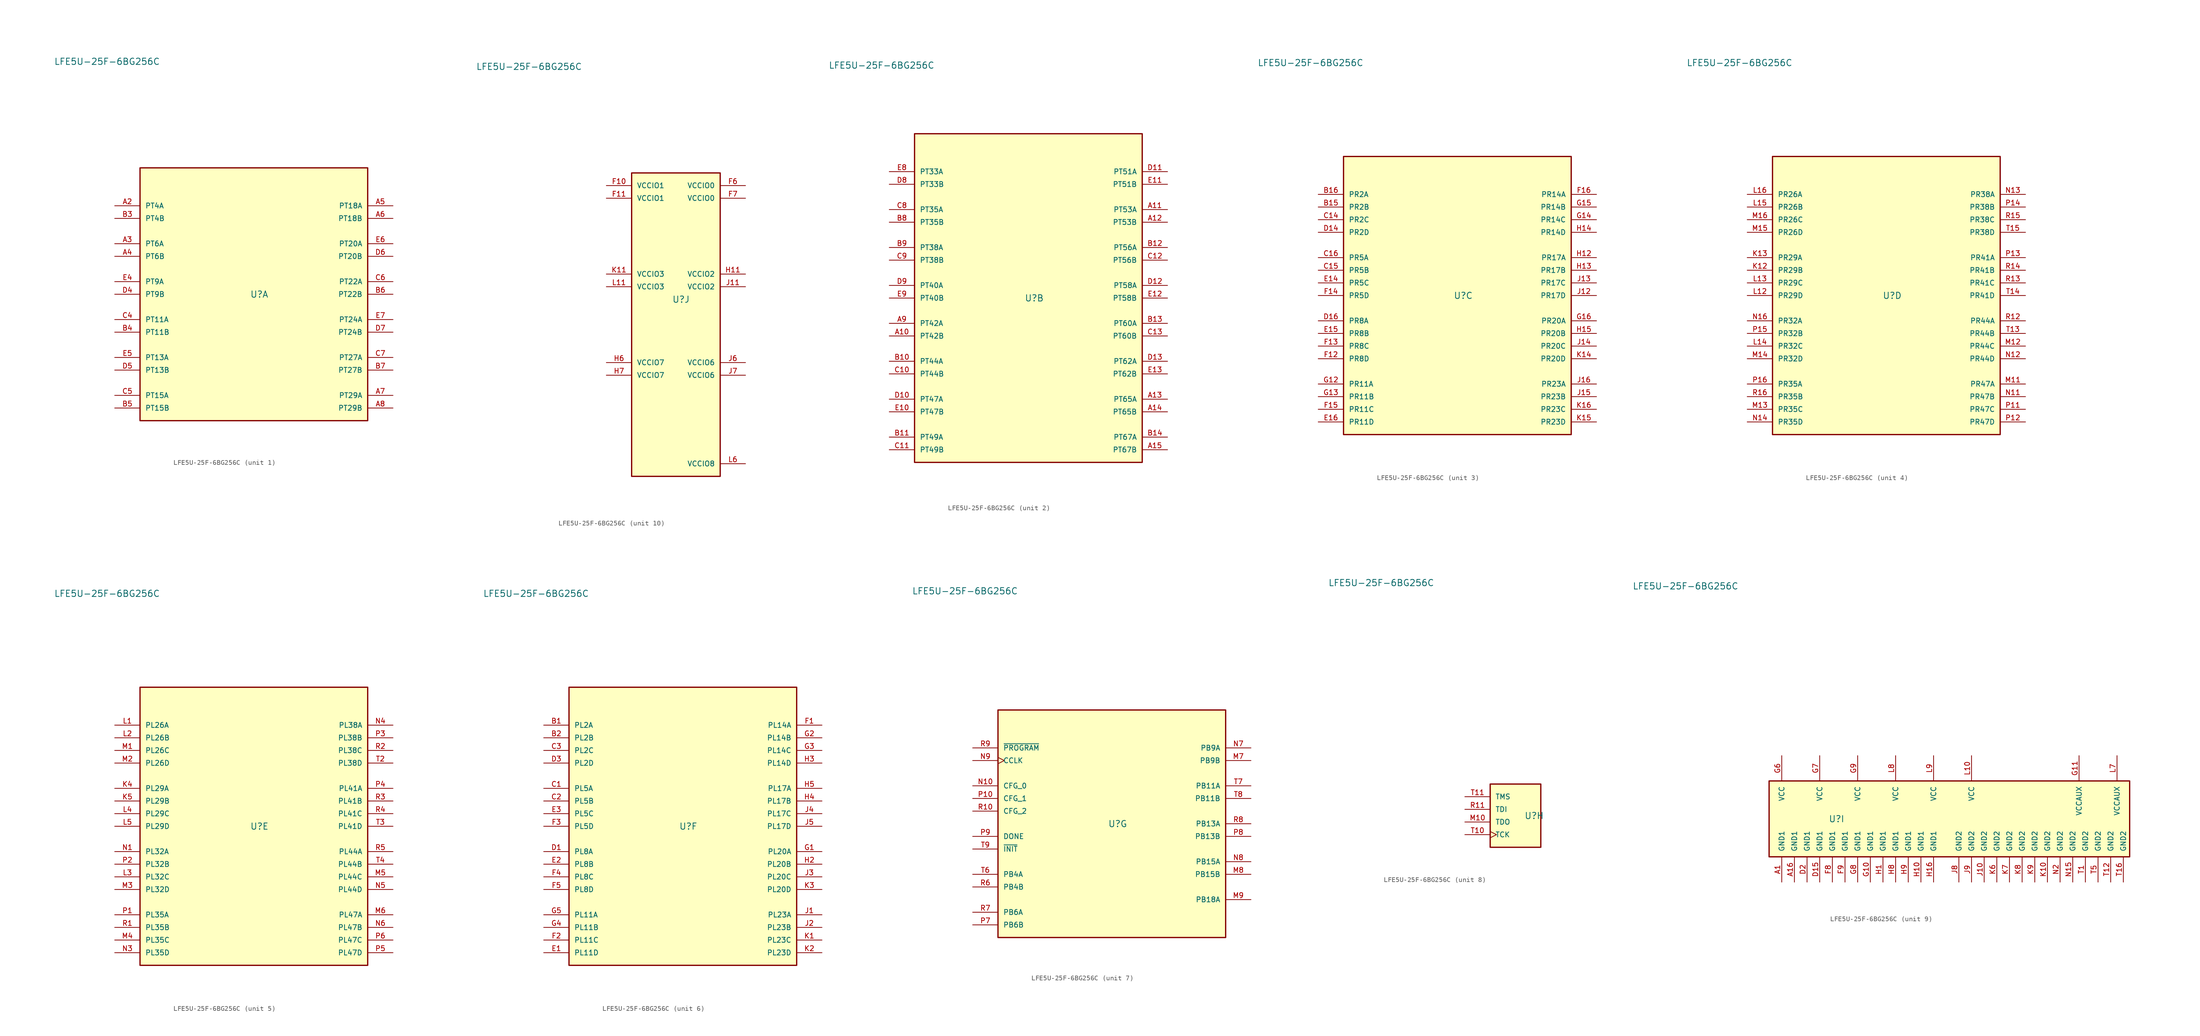
<source format=kicad_sym>
(kicad_symbol_lib
  (version 20241209)
  (generator "kicad_symbol_editor")
  (generator_version "9.0")
  (symbol "LFE5U-25F-6BG256C"
    (pin_names
      (offset 1.016))
    (property "Reference" "U"
      (at -0.762 -0.762 0)
      (effects (font (size 1.27 1.27)) (justify left bottom)))
    (property "Value" "LFE5U-25F-6BG256C"
      (at -40.132 47.498 0)
      (effects (font (size 1.27 1.27)) (justify left top)))
    (property "ki_locked" ""
      (at 0 0 0)
      (effects (font (size 1.27 1.27))))
    (symbol "LFE5U-25F-6BG256C_1_0"
      (rectangle (start -22.86 -25.4) (end 22.86 25.4) (stroke (width 0.254) (type default)) (fill (type background)))
      (pin bidirectional line (at -27.94 17.78 0) (length 5.08) (name "PT4A" (effects (font (size 1.016 1.016)))) (number "A2" (effects (font (size 1.016 1.016)))))
      (pin bidirectional line (at -27.94 15.24 0) (length 5.08) (name "PT4B" (effects (font (size 1.016 1.016)))) (number "B3" (effects (font (size 1.016 1.016)))))
      (pin bidirectional line (at -27.94 10.16 0) (length 5.08) (name "PT6A" (effects (font (size 1.016 1.016)))) (number "A3" (effects (font (size 1.016 1.016)))))
      (pin bidirectional line (at -27.94 7.62 0) (length 5.08) (name "PT6B" (effects (font (size 1.016 1.016)))) (number "A4" (effects (font (size 1.016 1.016)))))
      (pin bidirectional line (at -27.94 2.54 0) (length 5.08) (name "PT9A" (effects (font (size 1.016 1.016)))) (number "E4" (effects (font (size 1.016 1.016)))))
      (pin bidirectional line (at -27.94 0 0) (length 5.08) (name "PT9B" (effects (font (size 1.016 1.016)))) (number "D4" (effects (font (size 1.016 1.016)))))
      (pin bidirectional line (at -27.94 -5.08 0) (length 5.08) (name "PT11A" (effects (font (size 1.016 1.016)))) (number "C4" (effects (font (size 1.016 1.016)))))
      (pin bidirectional line (at -27.94 -7.62 0) (length 5.08) (name "PT11B" (effects (font (size 1.016 1.016)))) (number "B4" (effects (font (size 1.016 1.016)))))
      (pin bidirectional line (at -27.94 -12.7 0) (length 5.08) (name "PT13A" (effects (font (size 1.016 1.016)))) (number "E5" (effects (font (size 1.016 1.016)))))
      (pin bidirectional line (at -27.94 -15.24 0) (length 5.08) (name "PT13B" (effects (font (size 1.016 1.016)))) (number "D5" (effects (font (size 1.016 1.016)))))
      (pin bidirectional line (at -27.94 -20.32 0) (length 5.08) (name "PT15A" (effects (font (size 1.016 1.016)))) (number "C5" (effects (font (size 1.016 1.016)))))
      (pin bidirectional line (at -27.94 -22.86 0) (length 5.08) (name "PT15B" (effects (font (size 1.016 1.016)))) (number "B5" (effects (font (size 1.016 1.016)))))
      (pin bidirectional line (at 27.94 17.78 180) (length 5.08) (name "PT18A" (effects (font (size 1.016 1.016)))) (number "A5" (effects (font (size 1.016 1.016)))))
      (pin bidirectional line (at 27.94 15.24 180) (length 5.08) (name "PT18B" (effects (font (size 1.016 1.016)))) (number "A6" (effects (font (size 1.016 1.016)))))
      (pin bidirectional line (at 27.94 10.16 180) (length 5.08) (name "PT20A" (effects (font (size 1.016 1.016)))) (number "E6" (effects (font (size 1.016 1.016)))))
      (pin bidirectional line (at 27.94 7.62 180) (length 5.08) (name "PT20B" (effects (font (size 1.016 1.016)))) (number "D6" (effects (font (size 1.016 1.016)))))
      (pin bidirectional line (at 27.94 2.54 180) (length 5.08) (name "PT22A" (effects (font (size 1.016 1.016)))) (number "C6" (effects (font (size 1.016 1.016)))))
      (pin bidirectional line (at 27.94 0 180) (length 5.08) (name "PT22B" (effects (font (size 1.016 1.016)))) (number "B6" (effects (font (size 1.016 1.016)))))
      (pin bidirectional line (at 27.94 -5.08 180) (length 5.08) (name "PT24A" (effects (font (size 1.016 1.016)))) (number "E7" (effects (font (size 1.016 1.016)))))
      (pin bidirectional line (at 27.94 -7.62 180) (length 5.08) (name "PT24B" (effects (font (size 1.016 1.016)))) (number "D7" (effects (font (size 1.016 1.016)))))
      (pin bidirectional line (at 27.94 -12.7 180) (length 5.08) (name "PT27A" (effects (font (size 1.016 1.016)))) (number "C7" (effects (font (size 1.016 1.016)))))
      (pin bidirectional line (at 27.94 -15.24 180) (length 5.08) (name "PT27B" (effects (font (size 1.016 1.016)))) (number "B7" (effects (font (size 1.016 1.016)))))
      (pin bidirectional line (at 27.94 -20.32 180) (length 5.08) (name "PT29A" (effects (font (size 1.016 1.016)))) (number "A7" (effects (font (size 1.016 1.016)))))
      (pin bidirectional line (at 27.94 -22.86 180) (length 5.08) (name "PT29B" (effects (font (size 1.016 1.016)))) (number "A8" (effects (font (size 1.016 1.016))))))
    (symbol "LFE5U-25F-6BG256C_2_0"
      (rectangle (start -22.86 -33.02) (end 22.86 33.02) (stroke (width 0.254) (type default)) (fill (type background)))
      (pin bidirectional line (at -27.94 25.4 0) (length 5.08) (name "PT33A" (effects (font (size 1.016 1.016)))) (number "E8" (effects (font (size 1.016 1.016)))))
      (pin bidirectional line (at -27.94 22.86 0) (length 5.08) (name "PT33B" (effects (font (size 1.016 1.016)))) (number "D8" (effects (font (size 1.016 1.016)))))
      (pin bidirectional line (at -27.94 17.78 0) (length 5.08) (name "PT35A" (effects (font (size 1.016 1.016)))) (number "C8" (effects (font (size 1.016 1.016)))))
      (pin bidirectional line (at -27.94 15.24 0) (length 5.08) (name "PT35B" (effects (font (size 1.016 1.016)))) (number "B8" (effects (font (size 1.016 1.016)))))
      (pin bidirectional line (at -27.94 10.16 0) (length 5.08) (name "PT38A" (effects (font (size 1.016 1.016)))) (number "B9" (effects (font (size 1.016 1.016)))))
      (pin bidirectional line (at -27.94 7.62 0) (length 5.08) (name "PT38B" (effects (font (size 1.016 1.016)))) (number "C9" (effects (font (size 1.016 1.016)))))
      (pin bidirectional line (at -27.94 2.54 0) (length 5.08) (name "PT40A" (effects (font (size 1.016 1.016)))) (number "D9" (effects (font (size 1.016 1.016)))))
      (pin bidirectional line (at -27.94 0 0) (length 5.08) (name "PT40B" (effects (font (size 1.016 1.016)))) (number "E9" (effects (font (size 1.016 1.016)))))
      (pin bidirectional line (at -27.94 -5.08 0) (length 5.08) (name "PT42A" (effects (font (size 1.016 1.016)))) (number "A9" (effects (font (size 1.016 1.016)))))
      (pin bidirectional line (at -27.94 -7.62 0) (length 5.08) (name "PT42B" (effects (font (size 1.016 1.016)))) (number "A10" (effects (font (size 1.016 1.016)))))
      (pin bidirectional line (at -27.94 -12.7 0) (length 5.08) (name "PT44A" (effects (font (size 1.016 1.016)))) (number "B10" (effects (font (size 1.016 1.016)))))
      (pin bidirectional line (at -27.94 -15.24 0) (length 5.08) (name "PT44B" (effects (font (size 1.016 1.016)))) (number "C10" (effects (font (size 1.016 1.016)))))
      (pin bidirectional line (at -27.94 -20.32 0) (length 5.08) (name "PT47A" (effects (font (size 1.016 1.016)))) (number "D10" (effects (font (size 1.016 1.016)))))
      (pin bidirectional line (at -27.94 -22.86 0) (length 5.08) (name "PT47B" (effects (font (size 1.016 1.016)))) (number "E10" (effects (font (size 1.016 1.016)))))
      (pin bidirectional line (at -27.94 -27.94 0) (length 5.08) (name "PT49A" (effects (font (size 1.016 1.016)))) (number "B11" (effects (font (size 1.016 1.016)))))
      (pin bidirectional line (at -27.94 -30.48 0) (length 5.08) (name "PT49B" (effects (font (size 1.016 1.016)))) (number "C11" (effects (font (size 1.016 1.016)))))
      (pin bidirectional line (at 27.94 25.4 180) (length 5.08) (name "PT51A" (effects (font (size 1.016 1.016)))) (number "D11" (effects (font (size 1.016 1.016)))))
      (pin bidirectional line (at 27.94 22.86 180) (length 5.08) (name "PT51B" (effects (font (size 1.016 1.016)))) (number "E11" (effects (font (size 1.016 1.016)))))
      (pin bidirectional line (at 27.94 17.78 180) (length 5.08) (name "PT53A" (effects (font (size 1.016 1.016)))) (number "A11" (effects (font (size 1.016 1.016)))))
      (pin bidirectional line (at 27.94 15.24 180) (length 5.08) (name "PT53B" (effects (font (size 1.016 1.016)))) (number "A12" (effects (font (size 1.016 1.016)))))
      (pin bidirectional line (at 27.94 10.16 180) (length 5.08) (name "PT56A" (effects (font (size 1.016 1.016)))) (number "B12" (effects (font (size 1.016 1.016)))))
      (pin bidirectional line (at 27.94 7.62 180) (length 5.08) (name "PT56B" (effects (font (size 1.016 1.016)))) (number "C12" (effects (font (size 1.016 1.016)))))
      (pin bidirectional line (at 27.94 2.54 180) (length 5.08) (name "PT58A" (effects (font (size 1.016 1.016)))) (number "D12" (effects (font (size 1.016 1.016)))))
      (pin bidirectional line (at 27.94 0 180) (length 5.08) (name "PT58B" (effects (font (size 1.016 1.016)))) (number "E12" (effects (font (size 1.016 1.016)))))
      (pin bidirectional line (at 27.94 -5.08 180) (length 5.08) (name "PT60A" (effects (font (size 1.016 1.016)))) (number "B13" (effects (font (size 1.016 1.016)))))
      (pin bidirectional line (at 27.94 -7.62 180) (length 5.08) (name "PT60B" (effects (font (size 1.016 1.016)))) (number "C13" (effects (font (size 1.016 1.016)))))
      (pin bidirectional line (at 27.94 -12.7 180) (length 5.08) (name "PT62A" (effects (font (size 1.016 1.016)))) (number "D13" (effects (font (size 1.016 1.016)))))
      (pin bidirectional line (at 27.94 -15.24 180) (length 5.08) (name "PT62B" (effects (font (size 1.016 1.016)))) (number "E13" (effects (font (size 1.016 1.016)))))
      (pin bidirectional line (at 27.94 -20.32 180) (length 5.08) (name "PT65A" (effects (font (size 1.016 1.016)))) (number "A13" (effects (font (size 1.016 1.016)))))
      (pin bidirectional line (at 27.94 -22.86 180) (length 5.08) (name "PT65B" (effects (font (size 1.016 1.016)))) (number "A14" (effects (font (size 1.016 1.016)))))
      (pin bidirectional line (at 27.94 -27.94 180) (length 5.08) (name "PT67A" (effects (font (size 1.016 1.016)))) (number "B14" (effects (font (size 1.016 1.016)))))
      (pin bidirectional line (at 27.94 -30.48 180) (length 5.08) (name "PT67B" (effects (font (size 1.016 1.016)))) (number "A15" (effects (font (size 1.016 1.016))))))
    (symbol "LFE5U-25F-6BG256C_3_0"
      (rectangle (start -22.86 -27.94) (end 22.86 27.94) (stroke (width 0.254) (type default)) (fill (type background)))
      (pin bidirectional line (at -27.94 20.32 0) (length 5.08) (name "PR2A" (effects (font (size 1.016 1.016)))) (number "B16" (effects (font (size 1.016 1.016)))))
      (pin bidirectional line (at -27.94 17.78 0) (length 5.08) (name "PR2B" (effects (font (size 1.016 1.016)))) (number "B15" (effects (font (size 1.016 1.016)))))
      (pin bidirectional line (at -27.94 15.24 0) (length 5.08) (name "PR2C" (effects (font (size 1.016 1.016)))) (number "C14" (effects (font (size 1.016 1.016)))))
      (pin bidirectional line (at -27.94 12.7 0) (length 5.08) (name "PR2D" (effects (font (size 1.016 1.016)))) (number "D14" (effects (font (size 1.016 1.016)))))
      (pin bidirectional line (at -27.94 7.62 0) (length 5.08) (name "PR5A" (effects (font (size 1.016 1.016)))) (number "C16" (effects (font (size 1.016 1.016)))))
      (pin bidirectional line (at -27.94 5.08 0) (length 5.08) (name "PR5B" (effects (font (size 1.016 1.016)))) (number "C15" (effects (font (size 1.016 1.016)))))
      (pin bidirectional line (at -27.94 2.54 0) (length 5.08) (name "PR5C" (effects (font (size 1.016 1.016)))) (number "E14" (effects (font (size 1.016 1.016)))))
      (pin bidirectional line (at -27.94 0 0) (length 5.08) (name "PR5D" (effects (font (size 1.016 1.016)))) (number "F14" (effects (font (size 1.016 1.016)))))
      (pin bidirectional line (at -27.94 -5.08 0) (length 5.08) (name "PR8A" (effects (font (size 1.016 1.016)))) (number "D16" (effects (font (size 1.016 1.016)))))
      (pin bidirectional line (at -27.94 -7.62 0) (length 5.08) (name "PR8B" (effects (font (size 1.016 1.016)))) (number "E15" (effects (font (size 1.016 1.016)))))
      (pin bidirectional line (at -27.94 -10.16 0) (length 5.08) (name "PR8C" (effects (font (size 1.016 1.016)))) (number "F13" (effects (font (size 1.016 1.016)))))
      (pin bidirectional line (at -27.94 -12.7 0) (length 5.08) (name "PR8D" (effects (font (size 1.016 1.016)))) (number "F12" (effects (font (size 1.016 1.016)))))
      (pin bidirectional line (at -27.94 -17.78 0) (length 5.08) (name "PR11A" (effects (font (size 1.016 1.016)))) (number "G12" (effects (font (size 1.016 1.016)))))
      (pin bidirectional line (at -27.94 -20.32 0) (length 5.08) (name "PR11B" (effects (font (size 1.016 1.016)))) (number "G13" (effects (font (size 1.016 1.016)))))
      (pin bidirectional line (at -27.94 -22.86 0) (length 5.08) (name "PR11C" (effects (font (size 1.016 1.016)))) (number "F15" (effects (font (size 1.016 1.016)))))
      (pin bidirectional line (at -27.94 -25.4 0) (length 5.08) (name "PR11D" (effects (font (size 1.016 1.016)))) (number "E16" (effects (font (size 1.016 1.016)))))
      (pin bidirectional line (at 27.94 20.32 180) (length 5.08) (name "PR14A" (effects (font (size 1.016 1.016)))) (number "F16" (effects (font (size 1.016 1.016)))))
      (pin bidirectional line (at 27.94 17.78 180) (length 5.08) (name "PR14B" (effects (font (size 1.016 1.016)))) (number "G15" (effects (font (size 1.016 1.016)))))
      (pin bidirectional line (at 27.94 15.24 180) (length 5.08) (name "PR14C" (effects (font (size 1.016 1.016)))) (number "G14" (effects (font (size 1.016 1.016)))))
      (pin bidirectional line (at 27.94 12.7 180) (length 5.08) (name "PR14D" (effects (font (size 1.016 1.016)))) (number "H14" (effects (font (size 1.016 1.016)))))
      (pin bidirectional line (at 27.94 7.62 180) (length 5.08) (name "PR17A" (effects (font (size 1.016 1.016)))) (number "H12" (effects (font (size 1.016 1.016)))))
      (pin bidirectional line (at 27.94 5.08 180) (length 5.08) (name "PR17B" (effects (font (size 1.016 1.016)))) (number "H13" (effects (font (size 1.016 1.016)))))
      (pin bidirectional line (at 27.94 2.54 180) (length 5.08) (name "PR17C" (effects (font (size 1.016 1.016)))) (number "J13" (effects (font (size 1.016 1.016)))))
      (pin bidirectional line (at 27.94 0 180) (length 5.08) (name "PR17D" (effects (font (size 1.016 1.016)))) (number "J12" (effects (font (size 1.016 1.016)))))
      (pin bidirectional line (at 27.94 -5.08 180) (length 5.08) (name "PR20A" (effects (font (size 1.016 1.016)))) (number "G16" (effects (font (size 1.016 1.016)))))
      (pin bidirectional line (at 27.94 -7.62 180) (length 5.08) (name "PR20B" (effects (font (size 1.016 1.016)))) (number "H15" (effects (font (size 1.016 1.016)))))
      (pin bidirectional line (at 27.94 -10.16 180) (length 5.08) (name "PR20C" (effects (font (size 1.016 1.016)))) (number "J14" (effects (font (size 1.016 1.016)))))
      (pin bidirectional line (at 27.94 -12.7 180) (length 5.08) (name "PR20D" (effects (font (size 1.016 1.016)))) (number "K14" (effects (font (size 1.016 1.016)))))
      (pin bidirectional line (at 27.94 -17.78 180) (length 5.08) (name "PR23A" (effects (font (size 1.016 1.016)))) (number "J16" (effects (font (size 1.016 1.016)))))
      (pin bidirectional line (at 27.94 -20.32 180) (length 5.08) (name "PR23B" (effects (font (size 1.016 1.016)))) (number "J15" (effects (font (size 1.016 1.016)))))
      (pin bidirectional line (at 27.94 -22.86 180) (length 5.08) (name "PR23C" (effects (font (size 1.016 1.016)))) (number "K16" (effects (font (size 1.016 1.016)))))
      (pin bidirectional line (at 27.94 -25.4 180) (length 5.08) (name "PR23D" (effects (font (size 1.016 1.016)))) (number "K15" (effects (font (size 1.016 1.016))))))
    (symbol "LFE5U-25F-6BG256C_4_0"
      (rectangle (start -22.86 -27.94) (end 22.86 27.94) (stroke (width 0.254) (type default)) (fill (type background)))
      (pin bidirectional line (at -27.94 20.32 0) (length 5.08) (name "PR26A" (effects (font (size 1.016 1.016)))) (number "L16" (effects (font (size 1.016 1.016)))))
      (pin bidirectional line (at -27.94 17.78 0) (length 5.08) (name "PR26B" (effects (font (size 1.016 1.016)))) (number "L15" (effects (font (size 1.016 1.016)))))
      (pin bidirectional line (at -27.94 15.24 0) (length 5.08) (name "PR26C" (effects (font (size 1.016 1.016)))) (number "M16" (effects (font (size 1.016 1.016)))))
      (pin bidirectional line (at -27.94 12.7 0) (length 5.08) (name "PR26D" (effects (font (size 1.016 1.016)))) (number "M15" (effects (font (size 1.016 1.016)))))
      (pin bidirectional line (at -27.94 7.62 0) (length 5.08) (name "PR29A" (effects (font (size 1.016 1.016)))) (number "K13" (effects (font (size 1.016 1.016)))))
      (pin bidirectional line (at -27.94 5.08 0) (length 5.08) (name "PR29B" (effects (font (size 1.016 1.016)))) (number "K12" (effects (font (size 1.016 1.016)))))
      (pin bidirectional line (at -27.94 2.54 0) (length 5.08) (name "PR29C" (effects (font (size 1.016 1.016)))) (number "L13" (effects (font (size 1.016 1.016)))))
      (pin bidirectional line (at -27.94 0 0) (length 5.08) (name "PR29D" (effects (font (size 1.016 1.016)))) (number "L12" (effects (font (size 1.016 1.016)))))
      (pin bidirectional line (at -27.94 -5.08 0) (length 5.08) (name "PR32A" (effects (font (size 1.016 1.016)))) (number "N16" (effects (font (size 1.016 1.016)))))
      (pin bidirectional line (at -27.94 -7.62 0) (length 5.08) (name "PR32B" (effects (font (size 1.016 1.016)))) (number "P15" (effects (font (size 1.016 1.016)))))
      (pin bidirectional line (at -27.94 -10.16 0) (length 5.08) (name "PR32C" (effects (font (size 1.016 1.016)))) (number "L14" (effects (font (size 1.016 1.016)))))
      (pin bidirectional line (at -27.94 -12.7 0) (length 5.08) (name "PR32D" (effects (font (size 1.016 1.016)))) (number "M14" (effects (font (size 1.016 1.016)))))
      (pin bidirectional line (at -27.94 -17.78 0) (length 5.08) (name "PR35A" (effects (font (size 1.016 1.016)))) (number "P16" (effects (font (size 1.016 1.016)))))
      (pin bidirectional line (at -27.94 -20.32 0) (length 5.08) (name "PR35B" (effects (font (size 1.016 1.016)))) (number "R16" (effects (font (size 1.016 1.016)))))
      (pin bidirectional line (at -27.94 -22.86 0) (length 5.08) (name "PR35C" (effects (font (size 1.016 1.016)))) (number "M13" (effects (font (size 1.016 1.016)))))
      (pin bidirectional line (at -27.94 -25.4 0) (length 5.08) (name "PR35D" (effects (font (size 1.016 1.016)))) (number "N14" (effects (font (size 1.016 1.016)))))
      (pin bidirectional line (at 27.94 20.32 180) (length 5.08) (name "PR38A" (effects (font (size 1.016 1.016)))) (number "N13" (effects (font (size 1.016 1.016)))))
      (pin bidirectional line (at 27.94 17.78 180) (length 5.08) (name "PR38B" (effects (font (size 1.016 1.016)))) (number "P14" (effects (font (size 1.016 1.016)))))
      (pin bidirectional line (at 27.94 15.24 180) (length 5.08) (name "PR38C" (effects (font (size 1.016 1.016)))) (number "R15" (effects (font (size 1.016 1.016)))))
      (pin bidirectional line (at 27.94 12.7 180) (length 5.08) (name "PR38D" (effects (font (size 1.016 1.016)))) (number "T15" (effects (font (size 1.016 1.016)))))
      (pin bidirectional line (at 27.94 7.62 180) (length 5.08) (name "PR41A" (effects (font (size 1.016 1.016)))) (number "P13" (effects (font (size 1.016 1.016)))))
      (pin bidirectional line (at 27.94 5.08 180) (length 5.08) (name "PR41B" (effects (font (size 1.016 1.016)))) (number "R14" (effects (font (size 1.016 1.016)))))
      (pin bidirectional line (at 27.94 2.54 180) (length 5.08) (name "PR41C" (effects (font (size 1.016 1.016)))) (number "R13" (effects (font (size 1.016 1.016)))))
      (pin bidirectional line (at 27.94 0 180) (length 5.08) (name "PR41D" (effects (font (size 1.016 1.016)))) (number "T14" (effects (font (size 1.016 1.016)))))
      (pin bidirectional line (at 27.94 -5.08 180) (length 5.08) (name "PR44A" (effects (font (size 1.016 1.016)))) (number "R12" (effects (font (size 1.016 1.016)))))
      (pin bidirectional line (at 27.94 -7.62 180) (length 5.08) (name "PR44B" (effects (font (size 1.016 1.016)))) (number "T13" (effects (font (size 1.016 1.016)))))
      (pin bidirectional line (at 27.94 -10.16 180) (length 5.08) (name "PR44C" (effects (font (size 1.016 1.016)))) (number "M12" (effects (font (size 1.016 1.016)))))
      (pin bidirectional line (at 27.94 -12.7 180) (length 5.08) (name "PR44D" (effects (font (size 1.016 1.016)))) (number "N12" (effects (font (size 1.016 1.016)))))
      (pin bidirectional line (at 27.94 -17.78 180) (length 5.08) (name "PR47A" (effects (font (size 1.016 1.016)))) (number "M11" (effects (font (size 1.016 1.016)))))
      (pin bidirectional line (at 27.94 -20.32 180) (length 5.08) (name "PR47B" (effects (font (size 1.016 1.016)))) (number "N11" (effects (font (size 1.016 1.016)))))
      (pin bidirectional line (at 27.94 -22.86 180) (length 5.08) (name "PR47C" (effects (font (size 1.016 1.016)))) (number "P11" (effects (font (size 1.016 1.016)))))
      (pin bidirectional line (at 27.94 -25.4 180) (length 5.08) (name "PR47D" (effects (font (size 1.016 1.016)))) (number "P12" (effects (font (size 1.016 1.016))))))
    (symbol "LFE5U-25F-6BG256C_5_0"
      (rectangle (start -22.86 -27.94) (end 22.86 27.94) (stroke (width 0.254) (type default)) (fill (type background)))
      (pin bidirectional line (at -27.94 20.32 0) (length 5.08) (name "PL26A" (effects (font (size 1.016 1.016)))) (number "L1" (effects (font (size 1.016 1.016)))))
      (pin bidirectional line (at -27.94 17.78 0) (length 5.08) (name "PL26B" (effects (font (size 1.016 1.016)))) (number "L2" (effects (font (size 1.016 1.016)))))
      (pin bidirectional line (at -27.94 15.24 0) (length 5.08) (name "PL26C" (effects (font (size 1.016 1.016)))) (number "M1" (effects (font (size 1.016 1.016)))))
      (pin bidirectional line (at -27.94 12.7 0) (length 5.08) (name "PL26D" (effects (font (size 1.016 1.016)))) (number "M2" (effects (font (size 1.016 1.016)))))
      (pin bidirectional line (at -27.94 7.62 0) (length 5.08) (name "PL29A" (effects (font (size 1.016 1.016)))) (number "K4" (effects (font (size 1.016 1.016)))))
      (pin bidirectional line (at -27.94 5.08 0) (length 5.08) (name "PL29B" (effects (font (size 1.016 1.016)))) (number "K5" (effects (font (size 1.016 1.016)))))
      (pin bidirectional line (at -27.94 2.54 0) (length 5.08) (name "PL29C" (effects (font (size 1.016 1.016)))) (number "L4" (effects (font (size 1.016 1.016)))))
      (pin bidirectional line (at -27.94 0 0) (length 5.08) (name "PL29D" (effects (font (size 1.016 1.016)))) (number "L5" (effects (font (size 1.016 1.016)))))
      (pin bidirectional line (at -27.94 -5.08 0) (length 5.08) (name "PL32A" (effects (font (size 1.016 1.016)))) (number "N1" (effects (font (size 1.016 1.016)))))
      (pin bidirectional line (at -27.94 -7.62 0) (length 5.08) (name "PL32B" (effects (font (size 1.016 1.016)))) (number "P2" (effects (font (size 1.016 1.016)))))
      (pin bidirectional line (at -27.94 -10.16 0) (length 5.08) (name "PL32C" (effects (font (size 1.016 1.016)))) (number "L3" (effects (font (size 1.016 1.016)))))
      (pin bidirectional line (at -27.94 -12.7 0) (length 5.08) (name "PL32D" (effects (font (size 1.016 1.016)))) (number "M3" (effects (font (size 1.016 1.016)))))
      (pin bidirectional line (at -27.94 -17.78 0) (length 5.08) (name "PL35A" (effects (font (size 1.016 1.016)))) (number "P1" (effects (font (size 1.016 1.016)))))
      (pin bidirectional line (at -27.94 -20.32 0) (length 5.08) (name "PL35B" (effects (font (size 1.016 1.016)))) (number "R1" (effects (font (size 1.016 1.016)))))
      (pin bidirectional line (at -27.94 -22.86 0) (length 5.08) (name "PL35C" (effects (font (size 1.016 1.016)))) (number "M4" (effects (font (size 1.016 1.016)))))
      (pin bidirectional line (at -27.94 -25.4 0) (length 5.08) (name "PL35D" (effects (font (size 1.016 1.016)))) (number "N3" (effects (font (size 1.016 1.016)))))
      (pin bidirectional line (at 27.94 20.32 180) (length 5.08) (name "PL38A" (effects (font (size 1.016 1.016)))) (number "N4" (effects (font (size 1.016 1.016)))))
      (pin bidirectional line (at 27.94 17.78 180) (length 5.08) (name "PL38B" (effects (font (size 1.016 1.016)))) (number "P3" (effects (font (size 1.016 1.016)))))
      (pin bidirectional line (at 27.94 15.24 180) (length 5.08) (name "PL38C" (effects (font (size 1.016 1.016)))) (number "R2" (effects (font (size 1.016 1.016)))))
      (pin bidirectional line (at 27.94 12.7 180) (length 5.08) (name "PL38D" (effects (font (size 1.016 1.016)))) (number "T2" (effects (font (size 1.016 1.016)))))
      (pin bidirectional line (at 27.94 7.62 180) (length 5.08) (name "PL41A" (effects (font (size 1.016 1.016)))) (number "P4" (effects (font (size 1.016 1.016)))))
      (pin bidirectional line (at 27.94 5.08 180) (length 5.08) (name "PL41B" (effects (font (size 1.016 1.016)))) (number "R3" (effects (font (size 1.016 1.016)))))
      (pin bidirectional line (at 27.94 2.54 180) (length 5.08) (name "PL41C" (effects (font (size 1.016 1.016)))) (number "R4" (effects (font (size 1.016 1.016)))))
      (pin bidirectional line (at 27.94 0 180) (length 5.08) (name "PL41D" (effects (font (size 1.016 1.016)))) (number "T3" (effects (font (size 1.016 1.016)))))
      (pin bidirectional line (at 27.94 -5.08 180) (length 5.08) (name "PL44A" (effects (font (size 1.016 1.016)))) (number "R5" (effects (font (size 1.016 1.016)))))
      (pin bidirectional line (at 27.94 -7.62 180) (length 5.08) (name "PL44B" (effects (font (size 1.016 1.016)))) (number "T4" (effects (font (size 1.016 1.016)))))
      (pin bidirectional line (at 27.94 -10.16 180) (length 5.08) (name "PL44C" (effects (font (size 1.016 1.016)))) (number "M5" (effects (font (size 1.016 1.016)))))
      (pin bidirectional line (at 27.94 -12.7 180) (length 5.08) (name "PL44D" (effects (font (size 1.016 1.016)))) (number "N5" (effects (font (size 1.016 1.016)))))
      (pin bidirectional line (at 27.94 -17.78 180) (length 5.08) (name "PL47A" (effects (font (size 1.016 1.016)))) (number "M6" (effects (font (size 1.016 1.016)))))
      (pin bidirectional line (at 27.94 -20.32 180) (length 5.08) (name "PL47B" (effects (font (size 1.016 1.016)))) (number "N6" (effects (font (size 1.016 1.016)))))
      (pin bidirectional line (at 27.94 -22.86 180) (length 5.08) (name "PL47C" (effects (font (size 1.016 1.016)))) (number "P6" (effects (font (size 1.016 1.016)))))
      (pin bidirectional line (at 27.94 -25.4 180) (length 5.08) (name "PL47D" (effects (font (size 1.016 1.016)))) (number "P5" (effects (font (size 1.016 1.016))))))
    (symbol "LFE5U-25F-6BG256C_6_0"
      (rectangle (start -22.86 -27.94) (end 22.86 27.94) (stroke (width 0.254) (type default)) (fill (type background)))
      (pin bidirectional line (at -27.94 20.32 0) (length 5.08) (name "PL2A" (effects (font (size 1.016 1.016)))) (number "B1" (effects (font (size 1.016 1.016)))))
      (pin bidirectional line (at -27.94 17.78 0) (length 5.08) (name "PL2B" (effects (font (size 1.016 1.016)))) (number "B2" (effects (font (size 1.016 1.016)))))
      (pin bidirectional line (at -27.94 15.24 0) (length 5.08) (name "PL2C" (effects (font (size 1.016 1.016)))) (number "C3" (effects (font (size 1.016 1.016)))))
      (pin bidirectional line (at -27.94 12.7 0) (length 5.08) (name "PL2D" (effects (font (size 1.016 1.016)))) (number "D3" (effects (font (size 1.016 1.016)))))
      (pin bidirectional line (at -27.94 7.62 0) (length 5.08) (name "PL5A" (effects (font (size 1.016 1.016)))) (number "C1" (effects (font (size 1.016 1.016)))))
      (pin bidirectional line (at -27.94 5.08 0) (length 5.08) (name "PL5B" (effects (font (size 1.016 1.016)))) (number "C2" (effects (font (size 1.016 1.016)))))
      (pin bidirectional line (at -27.94 2.54 0) (length 5.08) (name "PL5C" (effects (font (size 1.016 1.016)))) (number "E3" (effects (font (size 1.016 1.016)))))
      (pin bidirectional line (at -27.94 0 0) (length 5.08) (name "PL5D" (effects (font (size 1.016 1.016)))) (number "F3" (effects (font (size 1.016 1.016)))))
      (pin bidirectional line (at -27.94 -5.08 0) (length 5.08) (name "PL8A" (effects (font (size 1.016 1.016)))) (number "D1" (effects (font (size 1.016 1.016)))))
      (pin bidirectional line (at -27.94 -7.62 0) (length 5.08) (name "PL8B" (effects (font (size 1.016 1.016)))) (number "E2" (effects (font (size 1.016 1.016)))))
      (pin bidirectional line (at -27.94 -10.16 0) (length 5.08) (name "PL8C" (effects (font (size 1.016 1.016)))) (number "F4" (effects (font (size 1.016 1.016)))))
      (pin bidirectional line (at -27.94 -12.7 0) (length 5.08) (name "PL8D" (effects (font (size 1.016 1.016)))) (number "F5" (effects (font (size 1.016 1.016)))))
      (pin bidirectional line (at -27.94 -17.78 0) (length 5.08) (name "PL11A" (effects (font (size 1.016 1.016)))) (number "G5" (effects (font (size 1.016 1.016)))))
      (pin bidirectional line (at -27.94 -20.32 0) (length 5.08) (name "PL11B" (effects (font (size 1.016 1.016)))) (number "G4" (effects (font (size 1.016 1.016)))))
      (pin bidirectional line (at -27.94 -22.86 0) (length 5.08) (name "PL11C" (effects (font (size 1.016 1.016)))) (number "F2" (effects (font (size 1.016 1.016)))))
      (pin bidirectional line (at -27.94 -25.4 0) (length 5.08) (name "PL11D" (effects (font (size 1.016 1.016)))) (number "E1" (effects (font (size 1.016 1.016)))))
      (pin bidirectional line (at 27.94 20.32 180) (length 5.08) (name "PL14A" (effects (font (size 1.016 1.016)))) (number "F1" (effects (font (size 1.016 1.016)))))
      (pin bidirectional line (at 27.94 17.78 180) (length 5.08) (name "PL14B" (effects (font (size 1.016 1.016)))) (number "G2" (effects (font (size 1.016 1.016)))))
      (pin bidirectional line (at 27.94 15.24 180) (length 5.08) (name "PL14C" (effects (font (size 1.016 1.016)))) (number "G3" (effects (font (size 1.016 1.016)))))
      (pin bidirectional line (at 27.94 12.7 180) (length 5.08) (name "PL14D" (effects (font (size 1.016 1.016)))) (number "H3" (effects (font (size 1.016 1.016)))))
      (pin bidirectional line (at 27.94 7.62 180) (length 5.08) (name "PL17A" (effects (font (size 1.016 1.016)))) (number "H5" (effects (font (size 1.016 1.016)))))
      (pin bidirectional line (at 27.94 5.08 180) (length 5.08) (name "PL17B" (effects (font (size 1.016 1.016)))) (number "H4" (effects (font (size 1.016 1.016)))))
      (pin bidirectional line (at 27.94 2.54 180) (length 5.08) (name "PL17C" (effects (font (size 1.016 1.016)))) (number "J4" (effects (font (size 1.016 1.016)))))
      (pin bidirectional line (at 27.94 0 180) (length 5.08) (name "PL17D" (effects (font (size 1.016 1.016)))) (number "J5" (effects (font (size 1.016 1.016)))))
      (pin bidirectional line (at 27.94 -5.08 180) (length 5.08) (name "PL20A" (effects (font (size 1.016 1.016)))) (number "G1" (effects (font (size 1.016 1.016)))))
      (pin bidirectional line (at 27.94 -7.62 180) (length 5.08) (name "PL20B" (effects (font (size 1.016 1.016)))) (number "H2" (effects (font (size 1.016 1.016)))))
      (pin bidirectional line (at 27.94 -10.16 180) (length 5.08) (name "PL20C" (effects (font (size 1.016 1.016)))) (number "J3" (effects (font (size 1.016 1.016)))))
      (pin bidirectional line (at 27.94 -12.7 180) (length 5.08) (name "PL20D" (effects (font (size 1.016 1.016)))) (number "K3" (effects (font (size 1.016 1.016)))))
      (pin bidirectional line (at 27.94 -17.78 180) (length 5.08) (name "PL23A" (effects (font (size 1.016 1.016)))) (number "J1" (effects (font (size 1.016 1.016)))))
      (pin bidirectional line (at 27.94 -20.32 180) (length 5.08) (name "PL23B" (effects (font (size 1.016 1.016)))) (number "J2" (effects (font (size 1.016 1.016)))))
      (pin bidirectional line (at 27.94 -22.86 180) (length 5.08) (name "PL23C" (effects (font (size 1.016 1.016)))) (number "K1" (effects (font (size 1.016 1.016)))))
      (pin bidirectional line (at 27.94 -25.4 180) (length 5.08) (name "PL23D" (effects (font (size 1.016 1.016)))) (number "K2" (effects (font (size 1.016 1.016))))))
    (symbol "LFE5U-25F-6BG256C_7_0"
      (rectangle (start -22.86 -22.86) (end 22.86 22.86) (stroke (width 0.254) (type default)) (fill (type background)))
      (pin input line (at -27.94 15.24 0) (length 5.08) (name "~{PROGRAM}" (effects (font (size 1.016 1.016)))) (number "R9" (effects (font (size 1.016 1.016)))))
      (pin input clock (at -27.94 12.7 0) (length 5.08) (name "CCLK" (effects (font (size 1.016 1.016)))) (number "N9" (effects (font (size 1.016 1.016)))))
      (pin input line (at -27.94 7.62 0) (length 5.08) (name "CFG_0" (effects (font (size 1.016 1.016)))) (number "N10" (effects (font (size 1.016 1.016)))))
      (pin input line (at -27.94 5.08 0) (length 5.08) (name "CFG_1" (effects (font (size 1.016 1.016)))) (number "P10" (effects (font (size 1.016 1.016)))))
      (pin input line (at -27.94 2.54 0) (length 5.08) (name "CFG_2" (effects (font (size 1.016 1.016)))) (number "R10" (effects (font (size 1.016 1.016)))))
      (pin bidirectional line (at -27.94 -2.54 0) (length 5.08) (name "DONE" (effects (font (size 1.016 1.016)))) (number "P9" (effects (font (size 1.016 1.016)))))
      (pin bidirectional line (at -27.94 -5.08 0) (length 5.08) (name "~{INIT}" (effects (font (size 1.016 1.016)))) (number "T9" (effects (font (size 1.016 1.016)))))
      (pin bidirectional line (at -27.94 -10.16 0) (length 5.08) (name "PB4A" (effects (font (size 1.016 1.016)))) (number "T6" (effects (font (size 1.016 1.016)))))
      (pin bidirectional line (at -27.94 -12.7 0) (length 5.08) (name "PB4B" (effects (font (size 1.016 1.016)))) (number "R6" (effects (font (size 1.016 1.016)))))
      (pin bidirectional line (at -27.94 -17.78 0) (length 5.08) (name "PB6A" (effects (font (size 1.016 1.016)))) (number "R7" (effects (font (size 1.016 1.016)))))
      (pin bidirectional line (at -27.94 -20.32 0) (length 5.08) (name "PB6B" (effects (font (size 1.016 1.016)))) (number "P7" (effects (font (size 1.016 1.016)))))
      (pin bidirectional line (at 27.94 15.24 180) (length 5.08) (name "PB9A" (effects (font (size 1.016 1.016)))) (number "N7" (effects (font (size 1.016 1.016)))))
      (pin bidirectional line (at 27.94 12.7 180) (length 5.08) (name "PB9B" (effects (font (size 1.016 1.016)))) (number "M7" (effects (font (size 1.016 1.016)))))
      (pin bidirectional line (at 27.94 7.62 180) (length 5.08) (name "PB11A" (effects (font (size 1.016 1.016)))) (number "T7" (effects (font (size 1.016 1.016)))))
      (pin bidirectional line (at 27.94 5.08 180) (length 5.08) (name "PB11B" (effects (font (size 1.016 1.016)))) (number "T8" (effects (font (size 1.016 1.016)))))
      (pin bidirectional line (at 27.94 0 180) (length 5.08) (name "PB13A" (effects (font (size 1.016 1.016)))) (number "R8" (effects (font (size 1.016 1.016)))))
      (pin bidirectional line (at 27.94 -2.54 180) (length 5.08) (name "PB13B" (effects (font (size 1.016 1.016)))) (number "P8" (effects (font (size 1.016 1.016)))))
      (pin bidirectional line (at 27.94 -7.62 180) (length 5.08) (name "PB15A" (effects (font (size 1.016 1.016)))) (number "N8" (effects (font (size 1.016 1.016)))))
      (pin bidirectional line (at 27.94 -10.16 180) (length 5.08) (name "PB15B" (effects (font (size 1.016 1.016)))) (number "M8" (effects (font (size 1.016 1.016)))))
      (pin bidirectional line (at 27.94 -15.24 180) (length 5.08) (name "PB18A" (effects (font (size 1.016 1.016)))) (number "M9" (effects (font (size 1.016 1.016))))))
    (symbol "LFE5U-25F-6BG256C_8_0"
      (rectangle (start -7.62 6.35) (end 2.54 -6.35) (stroke (width 0.254) (type default)) (fill (type background)))
      (pin input line (at -12.7 3.81 0) (length 5.08) (name "TMS" (effects (font (size 1.016 1.016)))) (number "T11" (effects (font (size 1.016 1.016)))))
      (pin input line (at -12.7 1.27 0) (length 5.08) (name "TDI" (effects (font (size 1.016 1.016)))) (number "R11" (effects (font (size 1.016 1.016)))))
      (pin output line (at -12.7 -1.27 0) (length 5.08) (name "TDO" (effects (font (size 1.016 1.016)))) (number "M10" (effects (font (size 1.016 1.016)))))
      (pin bidirectional clock (at -12.7 -3.81 0) (length 5.08) (name "TCK" (effects (font (size 1.016 1.016)))) (number "T10" (effects (font (size 1.016 1.016))))))
    (symbol "LFE5U-25F-6BG256C_9_0"
      (rectangle (start -12.7 7.62) (end 59.69 -7.62) (stroke (width 0.254) (type default)) (fill (type background)))
      (pin power_in line (at -10.16 12.7 270) (length 5.08) (name "VCC" (effects (font (size 1.016 1.016)))) (number "G6" (effects (font (size 1.016 1.016)))))
      (pin power_in line (at -10.16 -12.7 90) (length 5.08) (name "GND1" (effects (font (size 1.016 1.016)))) (number "A1" (effects (font (size 1.016 1.016)))))
      (pin power_in line (at -7.62 -12.7 90) (length 5.08) (name "GND1" (effects (font (size 1.016 1.016)))) (number "A16" (effects (font (size 1.016 1.016)))))
      (pin power_in line (at -5.08 -12.7 90) (length 5.08) (name "GND1" (effects (font (size 1.016 1.016)))) (number "D2" (effects (font (size 1.016 1.016)))))
      (pin power_in line (at -2.54 12.7 270) (length 5.08) (name "VCC" (effects (font (size 1.016 1.016)))) (number "G7" (effects (font (size 1.016 1.016)))))
      (pin power_in line (at -2.54 -12.7 90) (length 5.08) (name "GND1" (effects (font (size 1.016 1.016)))) (number "D15" (effects (font (size 1.016 1.016)))))
      (pin power_in line (at 0 -12.7 90) (length 5.08) (name "GND1" (effects (font (size 1.016 1.016)))) (number "F8" (effects (font (size 1.016 1.016)))))
      (pin power_in line (at 2.54 -12.7 90) (length 5.08) (name "GND1" (effects (font (size 1.016 1.016)))) (number "F9" (effects (font (size 1.016 1.016)))))
      (pin power_in line (at 5.08 12.7 270) (length 5.08) (name "VCC" (effects (font (size 1.016 1.016)))) (number "G9" (effects (font (size 1.016 1.016)))))
      (pin power_in line (at 5.08 -12.7 90) (length 5.08) (name "GND1" (effects (font (size 1.016 1.016)))) (number "G8" (effects (font (size 1.016 1.016)))))
      (pin power_in line (at 7.62 -12.7 90) (length 5.08) (name "GND1" (effects (font (size 1.016 1.016)))) (number "G10" (effects (font (size 1.016 1.016)))))
      (pin power_in line (at 10.16 -12.7 90) (length 5.08) (name "GND1" (effects (font (size 1.016 1.016)))) (number "H1" (effects (font (size 1.016 1.016)))))
      (pin power_in line (at 12.7 12.7 270) (length 5.08) (name "VCC" (effects (font (size 1.016 1.016)))) (number "L8" (effects (font (size 1.016 1.016)))))
      (pin power_in line (at 12.7 -12.7 90) (length 5.08) (name "GND1" (effects (font (size 1.016 1.016)))) (number "H8" (effects (font (size 1.016 1.016)))))
      (pin power_in line (at 15.24 -12.7 90) (length 5.08) (name "GND1" (effects (font (size 1.016 1.016)))) (number "H9" (effects (font (size 1.016 1.016)))))
      (pin power_in line (at 17.78 -12.7 90) (length 5.08) (name "GND1" (effects (font (size 1.016 1.016)))) (number "H10" (effects (font (size 1.016 1.016)))))
      (pin power_in line (at 20.32 12.7 270) (length 5.08) (name "VCC" (effects (font (size 1.016 1.016)))) (number "L9" (effects (font (size 1.016 1.016)))))
      (pin power_in line (at 20.32 -12.7 90) (length 5.08) (name "GND1" (effects (font (size 1.016 1.016)))) (number "H16" (effects (font (size 1.016 1.016)))))
      (pin power_in line (at 25.4 -12.7 90) (length 5.08) (name "GND2" (effects (font (size 1.016 1.016)))) (number "J8" (effects (font (size 1.016 1.016)))))
      (pin power_in line (at 27.94 12.7 270) (length 5.08) (name "VCC" (effects (font (size 1.016 1.016)))) (number "L10" (effects (font (size 1.016 1.016)))))
      (pin power_in line (at 27.94 -12.7 90) (length 5.08) (name "GND2" (effects (font (size 1.016 1.016)))) (number "J9" (effects (font (size 1.016 1.016)))))
      (pin power_in line (at 30.48 -12.7 90) (length 5.08) (name "GND2" (effects (font (size 1.016 1.016)))) (number "J10" (effects (font (size 1.016 1.016)))))
      (pin power_in line (at 33.02 -12.7 90) (length 5.08) (name "GND2" (effects (font (size 1.016 1.016)))) (number "K6" (effects (font (size 1.016 1.016)))))
      (pin power_in line (at 35.56 -12.7 90) (length 5.08) (name "GND2" (effects (font (size 1.016 1.016)))) (number "K7" (effects (font (size 1.016 1.016)))))
      (pin power_in line (at 38.1 -12.7 90) (length 5.08) (name "GND2" (effects (font (size 1.016 1.016)))) (number "K8" (effects (font (size 1.016 1.016)))))
      (pin power_in line (at 40.64 -12.7 90) (length 5.08) (name "GND2" (effects (font (size 1.016 1.016)))) (number "K9" (effects (font (size 1.016 1.016)))))
      (pin power_in line (at 43.18 -12.7 90) (length 5.08) (name "GND2" (effects (font (size 1.016 1.016)))) (number "K10" (effects (font (size 1.016 1.016)))))
      (pin power_in line (at 45.72 -12.7 90) (length 5.08) (name "GND2" (effects (font (size 1.016 1.016)))) (number "N2" (effects (font (size 1.016 1.016)))))
      (pin power_in line (at 48.26 -12.7 90) (length 5.08) (name "GND2" (effects (font (size 1.016 1.016)))) (number "N15" (effects (font (size 1.016 1.016)))))
      (pin power_in line (at 49.53 12.7 270) (length 5.08) (name "VCCAUX" (effects (font (size 1.016 1.016)))) (number "G11" (effects (font (size 1.016 1.016)))))
      (pin power_in line (at 50.8 -12.7 90) (length 5.08) (name "GND2" (effects (font (size 1.016 1.016)))) (number "T1" (effects (font (size 1.016 1.016)))))
      (pin power_in line (at 53.34 -12.7 90) (length 5.08) (name "GND2" (effects (font (size 1.016 1.016)))) (number "T5" (effects (font (size 1.016 1.016)))))
      (pin power_in line (at 55.88 -12.7 90) (length 5.08) (name "GND2" (effects (font (size 1.016 1.016)))) (number "T12" (effects (font (size 1.016 1.016)))))
      (pin power_in line (at 57.15 12.7 270) (length 5.08) (name "VCCAUX" (effects (font (size 1.016 1.016)))) (number "L7" (effects (font (size 1.016 1.016)))))
      (pin power_in line (at 58.42 -12.7 90) (length 5.08) (name "GND2" (effects (font (size 1.016 1.016)))) (number "T16" (effects (font (size 1.016 1.016))))))
    (symbol "LFE5U-25F-6BG256C_10_0"
      (rectangle (start -8.89 25.4) (end 8.89 -35.56) (stroke (width 0.254) (type default)) (fill (type background)))
      (pin power_in line (at -13.97 22.86 0) (length 5.08) (name "VCCIO1" (effects (font (size 1.016 1.016)))) (number "F10" (effects (font (size 1.016 1.016)))))
      (pin power_in line (at -13.97 20.32 0) (length 5.08) (name "VCCIO1" (effects (font (size 1.016 1.016)))) (number "F11" (effects (font (size 1.016 1.016)))))
      (pin power_in line (at -13.97 5.08 0) (length 5.08) (name "VCCIO3" (effects (font (size 1.016 1.016)))) (number "K11" (effects (font (size 1.016 1.016)))))
      (pin power_in line (at -13.97 2.54 0) (length 5.08) (name "VCCIO3" (effects (font (size 1.016 1.016)))) (number "L11" (effects (font (size 1.016 1.016)))))
      (pin power_in line (at -13.97 -12.7 0) (length 5.08) (name "VCCIO7" (effects (font (size 1.016 1.016)))) (number "H6" (effects (font (size 1.016 1.016)))))
      (pin power_in line (at -13.97 -15.24 0) (length 5.08) (name "VCCIO7" (effects (font (size 1.016 1.016)))) (number "H7" (effects (font (size 1.016 1.016)))))
      (pin power_in line (at 13.97 22.86 180) (length 5.08) (name "VCCIO0" (effects (font (size 1.016 1.016)))) (number "F6" (effects (font (size 1.016 1.016)))))
      (pin power_in line (at 13.97 20.32 180) (length 5.08) (name "VCCIO0" (effects (font (size 1.016 1.016)))) (number "F7" (effects (font (size 1.016 1.016)))))
      (pin power_in line (at 13.97 5.08 180) (length 5.08) (name "VCCIO2" (effects (font (size 1.016 1.016)))) (number "H11" (effects (font (size 1.016 1.016)))))
      (pin power_in line (at 13.97 2.54 180) (length 5.08) (name "VCCIO2" (effects (font (size 1.016 1.016)))) (number "J11" (effects (font (size 1.016 1.016)))))
      (pin power_in line (at 13.97 -12.7 180) (length 5.08) (name "VCCIO6" (effects (font (size 1.016 1.016)))) (number "J6" (effects (font (size 1.016 1.016)))))
      (pin power_in line (at 13.97 -15.24 180) (length 5.08) (name "VCCIO6" (effects (font (size 1.016 1.016)))) (number "J7" (effects (font (size 1.016 1.016)))))
      (pin power_in line (at 13.97 -33.02 180) (length 5.08) (name "VCCIO8" (effects (font (size 1.016 1.016)))) (number "L6" (effects (font (size 1.016 1.016))))))))
</source>
